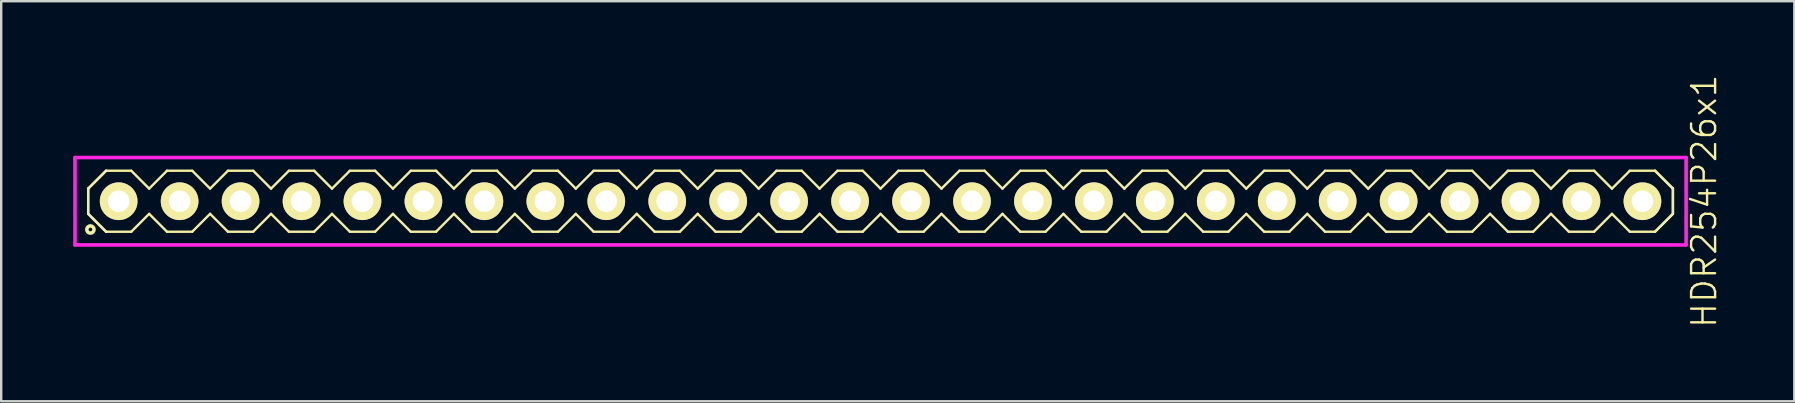
<source format=kicad_pcb>
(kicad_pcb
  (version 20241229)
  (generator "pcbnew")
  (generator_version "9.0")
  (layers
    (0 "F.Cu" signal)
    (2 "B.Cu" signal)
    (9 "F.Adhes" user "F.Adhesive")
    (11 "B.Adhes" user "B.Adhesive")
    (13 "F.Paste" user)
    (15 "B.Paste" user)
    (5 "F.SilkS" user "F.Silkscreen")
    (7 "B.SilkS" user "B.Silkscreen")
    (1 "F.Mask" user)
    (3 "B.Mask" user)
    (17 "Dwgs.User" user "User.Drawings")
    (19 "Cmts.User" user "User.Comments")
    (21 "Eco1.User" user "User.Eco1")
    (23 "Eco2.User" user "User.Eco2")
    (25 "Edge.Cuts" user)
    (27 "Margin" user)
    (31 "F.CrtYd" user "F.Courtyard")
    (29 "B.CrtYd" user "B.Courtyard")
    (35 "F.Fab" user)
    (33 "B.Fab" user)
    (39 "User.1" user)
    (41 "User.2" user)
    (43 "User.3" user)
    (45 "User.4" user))
  (footprint "HDR254P26x1"
    (layer "F.Cu")
    (at 33.645 5.336)
    (property "Reference" "HDR254P26x1" (at 34.32 0 90) (layer "F.SilkS") (effects (font (size 1 1) (thickness 0.1))))
    (attr through_hole)
    (fp_line (start -33.02 -0.526) (end -32.276 -1.27) (stroke (width 0.1) (type solid)) (layer "F.SilkS"))
    (fp_line (start -33.02 -0.526) (end -32.276 -1.27) (stroke (width 0.1) (type solid)) (layer "F.SilkS"))
    (fp_line (start -33.02 0.526) (end -33.02 -0.526) (stroke (width 0.1) (type solid)) (layer "F.SilkS"))
    (fp_line (start -33.02 0.526) (end -33.02 -0.526) (stroke (width 0.1) (type solid)) (layer "F.SilkS"))
    (fp_line (start -32.276 -1.27) (end -31.224 -1.27) (stroke (width 0.1) (type solid)) (layer "F.SilkS"))
    (fp_line (start -32.276 1.27) (end -33.02 0.526) (stroke (width 0.1) (type solid)) (layer "F.SilkS"))
    (fp_line (start -32.276 1.27) (end -33.02 0.526) (stroke (width 0.1) (type solid)) (layer "F.SilkS"))
    (fp_line (start -31.224 -1.27) (end -30.48 -0.526) (stroke (width 0.1) (type solid)) (layer "F.SilkS"))
    (fp_line (start -31.224 1.27) (end -32.276 1.27) (stroke (width 0.1) (type solid)) (layer "F.SilkS"))
    (fp_line (start -30.48 -0.526) (end -29.736 -1.27) (stroke (width 0.1) (type solid)) (layer "F.SilkS"))
    (fp_line (start -30.48 0.526) (end -31.224 1.27) (stroke (width 0.1) (type solid)) (layer "F.SilkS"))
    (fp_line (start -29.736 -1.27) (end -28.684 -1.27) (stroke (width 0.1) (type solid)) (layer "F.SilkS"))
    (fp_line (start -29.736 1.27) (end -30.48 0.526) (stroke (width 0.1) (type solid)) (layer "F.SilkS"))
    (fp_line (start -28.684 -1.27) (end -27.94 -0.526) (stroke (width 0.1) (type solid)) (layer "F.SilkS"))
    (fp_line (start -28.684 1.27) (end -29.736 1.27) (stroke (width 0.1) (type solid)) (layer "F.SilkS"))
    (fp_line (start -27.94 -0.526) (end -27.196 -1.27) (stroke (width 0.1) (type solid)) (layer "F.SilkS"))
    (fp_line (start -27.94 0.526) (end -28.684 1.27) (stroke (width 0.1) (type solid)) (layer "F.SilkS"))
    (fp_line (start -27.196 -1.27) (end -26.144 -1.27) (stroke (width 0.1) (type solid)) (layer "F.SilkS"))
    (fp_line (start -27.196 1.27) (end -27.94 0.526) (stroke (width 0.1) (type solid)) (layer "F.SilkS"))
    (fp_line (start -26.144 -1.27) (end -25.4 -0.526) (stroke (width 0.1) (type solid)) (layer "F.SilkS"))
    (fp_line (start -26.144 1.27) (end -27.196 1.27) (stroke (width 0.1) (type solid)) (layer "F.SilkS"))
    (fp_line (start -25.4 -0.526) (end -24.656 -1.27) (stroke (width 0.1) (type solid)) (layer "F.SilkS"))
    (fp_line (start -25.4 0.526) (end -26.144 1.27) (stroke (width 0.1) (type solid)) (layer "F.SilkS"))
    (fp_line (start -24.656 -1.27) (end -23.604 -1.27) (stroke (width 0.1) (type solid)) (layer "F.SilkS"))
    (fp_line (start -24.656 1.27) (end -25.4 0.526) (stroke (width 0.1) (type solid)) (layer "F.SilkS"))
    (fp_line (start -23.604 -1.27) (end -22.86 -0.526) (stroke (width 0.1) (type solid)) (layer "F.SilkS"))
    (fp_line (start -23.604 1.27) (end -24.656 1.27) (stroke (width 0.1) (type solid)) (layer "F.SilkS"))
    (fp_line (start -22.86 -0.526) (end -22.116 -1.27) (stroke (width 0.1) (type solid)) (layer "F.SilkS"))
    (fp_line (start -22.86 0.526) (end -23.604 1.27) (stroke (width 0.1) (type solid)) (layer "F.SilkS"))
    (fp_line (start -22.116 -1.27) (end -21.064 -1.27) (stroke (width 0.1) (type solid)) (layer "F.SilkS"))
    (fp_line (start -22.116 1.27) (end -22.86 0.526) (stroke (width 0.1) (type solid)) (layer "F.SilkS"))
    (fp_line (start -21.064 -1.27) (end -20.32 -0.526) (stroke (width 0.1) (type solid)) (layer "F.SilkS"))
    (fp_line (start -21.064 1.27) (end -22.116 1.27) (stroke (width 0.1) (type solid)) (layer "F.SilkS"))
    (fp_line (start -20.32 -0.526) (end -19.576 -1.27) (stroke (width 0.1) (type solid)) (layer "F.SilkS"))
    (fp_line (start -20.32 0.526) (end -21.064 1.27) (stroke (width 0.1) (type solid)) (layer "F.SilkS"))
    (fp_line (start -19.576 -1.27) (end -18.524 -1.27) (stroke (width 0.1) (type solid)) (layer "F.SilkS"))
    (fp_line (start -19.576 1.27) (end -20.32 0.526) (stroke (width 0.1) (type solid)) (layer "F.SilkS"))
    (fp_line (start -18.524 -1.27) (end -17.78 -0.526) (stroke (width 0.1) (type solid)) (layer "F.SilkS"))
    (fp_line (start -18.524 1.27) (end -19.576 1.27) (stroke (width 0.1) (type solid)) (layer "F.SilkS"))
    (fp_line (start -17.78 -0.526) (end -17.036 -1.27) (stroke (width 0.1) (type solid)) (layer "F.SilkS"))
    (fp_line (start -17.78 0.526) (end -18.524 1.27) (stroke (width 0.1) (type solid)) (layer "F.SilkS"))
    (fp_line (start -17.036 -1.27) (end -15.984 -1.27) (stroke (width 0.1) (type solid)) (layer "F.SilkS"))
    (fp_line (start -17.036 1.27) (end -17.78 0.526) (stroke (width 0.1) (type solid)) (layer "F.SilkS"))
    (fp_line (start -15.984 -1.27) (end -15.24 -0.526) (stroke (width 0.1) (type solid)) (layer "F.SilkS"))
    (fp_line (start -15.984 1.27) (end -17.036 1.27) (stroke (width 0.1) (type solid)) (layer "F.SilkS"))
    (fp_line (start -15.24 -0.526) (end -14.496 -1.27) (stroke (width 0.1) (type solid)) (layer "F.SilkS"))
    (fp_line (start -15.24 0.526) (end -15.984 1.27) (stroke (width 0.1) (type solid)) (layer "F.SilkS"))
    (fp_line (start -14.496 -1.27) (end -13.444 -1.27) (stroke (width 0.1) (type solid)) (layer "F.SilkS"))
    (fp_line (start -14.496 1.27) (end -15.24 0.526) (stroke (width 0.1) (type solid)) (layer "F.SilkS"))
    (fp_line (start -13.444 -1.27) (end -12.7 -0.526) (stroke (width 0.1) (type solid)) (layer "F.SilkS"))
    (fp_line (start -13.444 1.27) (end -14.496 1.27) (stroke (width 0.1) (type solid)) (layer "F.SilkS"))
    (fp_line (start -12.7 -0.526) (end -11.956 -1.27) (stroke (width 0.1) (type solid)) (layer "F.SilkS"))
    (fp_line (start -12.7 0.526) (end -13.444 1.27) (stroke (width 0.1) (type solid)) (layer "F.SilkS"))
    (fp_line (start -11.956 -1.27) (end -10.904 -1.27) (stroke (width 0.1) (type solid)) (layer "F.SilkS"))
    (fp_line (start -11.956 1.27) (end -12.7 0.526) (stroke (width 0.1) (type solid)) (layer "F.SilkS"))
    (fp_line (start -10.904 -1.27) (end -10.16 -0.526) (stroke (width 0.1) (type solid)) (layer "F.SilkS"))
    (fp_line (start -10.904 1.27) (end -11.956 1.27) (stroke (width 0.1) (type solid)) (layer "F.SilkS"))
    (fp_line (start -10.16 -0.526) (end -9.416 -1.27) (stroke (width 0.1) (type solid)) (layer "F.SilkS"))
    (fp_line (start -10.16 0.526) (end -10.904 1.27) (stroke (width 0.1) (type solid)) (layer "F.SilkS"))
    (fp_line (start -9.416 -1.27) (end -8.364 -1.27) (stroke (width 0.1) (type solid)) (layer "F.SilkS"))
    (fp_line (start -9.416 1.27) (end -10.16 0.526) (stroke (width 0.1) (type solid)) (layer "F.SilkS"))
    (fp_line (start -8.364 -1.27) (end -7.62 -0.526) (stroke (width 0.1) (type solid)) (layer "F.SilkS"))
    (fp_line (start -8.364 1.27) (end -9.416 1.27) (stroke (width 0.1) (type solid)) (layer "F.SilkS"))
    (fp_line (start -7.62 -0.526) (end -6.876 -1.27) (stroke (width 0.1) (type solid)) (layer "F.SilkS"))
    (fp_line (start -7.62 0.526) (end -8.364 1.27) (stroke (width 0.1) (type solid)) (layer "F.SilkS"))
    (fp_line (start -6.876 -1.27) (end -5.824 -1.27) (stroke (width 0.1) (type solid)) (layer "F.SilkS"))
    (fp_line (start -6.876 1.27) (end -7.62 0.526) (stroke (width 0.1) (type solid)) (layer "F.SilkS"))
    (fp_line (start -5.824 -1.27) (end -5.08 -0.526) (stroke (width 0.1) (type solid)) (layer "F.SilkS"))
    (fp_line (start -5.824 1.27) (end -6.876 1.27) (stroke (width 0.1) (type solid)) (layer "F.SilkS"))
    (fp_line (start -5.08 -0.526) (end -4.336 -1.27) (stroke (width 0.1) (type solid)) (layer "F.SilkS"))
    (fp_line (start -5.08 0.526) (end -5.824 1.27) (stroke (width 0.1) (type solid)) (layer "F.SilkS"))
    (fp_line (start -4.336 -1.27) (end -3.284 -1.27) (stroke (width 0.1) (type solid)) (layer "F.SilkS"))
    (fp_line (start -4.336 1.27) (end -5.08 0.526) (stroke (width 0.1) (type solid)) (layer "F.SilkS"))
    (fp_line (start -3.284 -1.27) (end -2.54 -0.526) (stroke (width 0.1) (type solid)) (layer "F.SilkS"))
    (fp_line (start -3.284 1.27) (end -4.336 1.27) (stroke (width 0.1) (type solid)) (layer "F.SilkS"))
    (fp_line (start -2.54 -0.526) (end -1.796 -1.27) (stroke (width 0.1) (type solid)) (layer "F.SilkS"))
    (fp_line (start -2.54 0.526) (end -3.284 1.27) (stroke (width 0.1) (type solid)) (layer "F.SilkS"))
    (fp_line (start -1.796 -1.27) (end -0.744 -1.27) (stroke (width 0.1) (type solid)) (layer "F.SilkS"))
    (fp_line (start -1.796 1.27) (end -2.54 0.526) (stroke (width 0.1) (type solid)) (layer "F.SilkS"))
    (fp_line (start -0.744 -1.27) (end 0 -0.526) (stroke (width 0.1) (type solid)) (layer "F.SilkS"))
    (fp_line (start -0.744 1.27) (end -1.796 1.27) (stroke (width 0.1) (type solid)) (layer "F.SilkS"))
    (fp_line (start 0 -0.526) (end 0.744 -1.27) (stroke (width 0.1) (type solid)) (layer "F.SilkS"))
    (fp_line (start 0 0.526) (end -0.744 1.27) (stroke (width 0.1) (type solid)) (layer "F.SilkS"))
    (fp_line (start 0.744 -1.27) (end 1.796 -1.27) (stroke (width 0.1) (type solid)) (layer "F.SilkS"))
    (fp_line (start 0.744 1.27) (end 0 0.526) (stroke (width 0.1) (type solid)) (layer "F.SilkS"))
    (fp_line (start 1.796 -1.27) (end 2.54 -0.526) (stroke (width 0.1) (type solid)) (layer "F.SilkS"))
    (fp_line (start 1.796 1.27) (end 0.744 1.27) (stroke (width 0.1) (type solid)) (layer "F.SilkS"))
    (fp_line (start 2.54 -0.526) (end 3.284 -1.27) (stroke (width 0.1) (type solid)) (layer "F.SilkS"))
    (fp_line (start 2.54 0.526) (end 1.796 1.27) (stroke (width 0.1) (type solid)) (layer "F.SilkS"))
    (fp_line (start 3.284 -1.27) (end 4.336 -1.27) (stroke (width 0.1) (type solid)) (layer "F.SilkS"))
    (fp_line (start 3.284 1.27) (end 2.54 0.526) (stroke (width 0.1) (type solid)) (layer "F.SilkS"))
    (fp_line (start 4.336 -1.27) (end 5.08 -0.526) (stroke (width 0.1) (type solid)) (layer "F.SilkS"))
    (fp_line (start 4.336 1.27) (end 3.284 1.27) (stroke (width 0.1) (type solid)) (layer "F.SilkS"))
    (fp_line (start 5.08 -0.526) (end 5.824 -1.27) (stroke (width 0.1) (type solid)) (layer "F.SilkS"))
    (fp_line (start 5.08 0.526) (end 4.336 1.27) (stroke (width 0.1) (type solid)) (layer "F.SilkS"))
    (fp_line (start 5.824 -1.27) (end 6.876 -1.27) (stroke (width 0.1) (type solid)) (layer "F.SilkS"))
    (fp_line (start 5.824 1.27) (end 5.08 0.526) (stroke (width 0.1) (type solid)) (layer "F.SilkS"))
    (fp_line (start 6.876 -1.27) (end 7.62 -0.526) (stroke (width 0.1) (type solid)) (layer "F.SilkS"))
    (fp_line (start 6.876 1.27) (end 5.824 1.27) (stroke (width 0.1) (type solid)) (layer "F.SilkS"))
    (fp_line (start 7.62 -0.526) (end 8.364 -1.27) (stroke (width 0.1) (type solid)) (layer "F.SilkS"))
    (fp_line (start 7.62 0.526) (end 6.876 1.27) (stroke (width 0.1) (type solid)) (layer "F.SilkS"))
    (fp_line (start 8.364 -1.27) (end 9.416 -1.27) (stroke (width 0.1) (type solid)) (layer "F.SilkS"))
    (fp_line (start 8.364 1.27) (end 7.62 0.526) (stroke (width 0.1) (type solid)) (layer "F.SilkS"))
    (fp_line (start 9.416 -1.27) (end 10.16 -0.526) (stroke (width 0.1) (type solid)) (layer "F.SilkS"))
    (fp_line (start 9.416 1.27) (end 8.364 1.27) (stroke (width 0.1) (type solid)) (layer "F.SilkS"))
    (fp_line (start 10.16 -0.526) (end 10.904 -1.27) (stroke (width 0.1) (type solid)) (layer "F.SilkS"))
    (fp_line (start 10.16 0.526) (end 9.416 1.27) (stroke (width 0.1) (type solid)) (layer "F.SilkS"))
    (fp_line (start 10.904 -1.27) (end 11.956 -1.27) (stroke (width 0.1) (type solid)) (layer "F.SilkS"))
    (fp_line (start 10.904 1.27) (end 10.16 0.526) (stroke (width 0.1) (type solid)) (layer "F.SilkS"))
    (fp_line (start 11.956 -1.27) (end 12.7 -0.526) (stroke (width 0.1) (type solid)) (layer "F.SilkS"))
    (fp_line (start 11.956 1.27) (end 10.904 1.27) (stroke (width 0.1) (type solid)) (layer "F.SilkS"))
    (fp_line (start 12.7 -0.526) (end 13.444 -1.27) (stroke (width 0.1) (type solid)) (layer "F.SilkS"))
    (fp_line (start 12.7 0.526) (end 11.956 1.27) (stroke (width 0.1) (type solid)) (layer "F.SilkS"))
    (fp_line (start 13.444 -1.27) (end 14.496 -1.27) (stroke (width 0.1) (type solid)) (layer "F.SilkS"))
    (fp_line (start 13.444 1.27) (end 12.7 0.526) (stroke (width 0.1) (type solid)) (layer "F.SilkS"))
    (fp_line (start 14.496 -1.27) (end 15.24 -0.526) (stroke (width 0.1) (type solid)) (layer "F.SilkS"))
    (fp_line (start 14.496 1.27) (end 13.444 1.27) (stroke (width 0.1) (type solid)) (layer "F.SilkS"))
    (fp_line (start 15.24 -0.526) (end 15.984 -1.27) (stroke (width 0.1) (type solid)) (layer "F.SilkS"))
    (fp_line (start 15.24 0.526) (end 14.496 1.27) (stroke (width 0.1) (type solid)) (layer "F.SilkS"))
    (fp_line (start 15.984 -1.27) (end 17.036 -1.27) (stroke (width 0.1) (type solid)) (layer "F.SilkS"))
    (fp_line (start 15.984 1.27) (end 15.24 0.526) (stroke (width 0.1) (type solid)) (layer "F.SilkS"))
    (fp_line (start 17.036 -1.27) (end 17.78 -0.526) (stroke (width 0.1) (type solid)) (layer "F.SilkS"))
    (fp_line (start 17.036 1.27) (end 15.984 1.27) (stroke (width 0.1) (type solid)) (layer "F.SilkS"))
    (fp_line (start 17.78 -0.526) (end 18.524 -1.27) (stroke (width 0.1) (type solid)) (layer "F.SilkS"))
    (fp_line (start 17.78 0.526) (end 17.036 1.27) (stroke (width 0.1) (type solid)) (layer "F.SilkS"))
    (fp_line (start 18.524 -1.27) (end 19.576 -1.27) (stroke (width 0.1) (type solid)) (layer "F.SilkS"))
    (fp_line (start 18.524 1.27) (end 17.78 0.526) (stroke (width 0.1) (type solid)) (layer "F.SilkS"))
    (fp_line (start 19.576 -1.27) (end 20.32 -0.526) (stroke (width 0.1) (type solid)) (layer "F.SilkS"))
    (fp_line (start 19.576 1.27) (end 18.524 1.27) (stroke (width 0.1) (type solid)) (layer "F.SilkS"))
    (fp_line (start 20.32 -0.526) (end 21.064 -1.27) (stroke (width 0.1) (type solid)) (layer "F.SilkS"))
    (fp_line (start 20.32 0.526) (end 19.576 1.27) (stroke (width 0.1) (type solid)) (layer "F.SilkS"))
    (fp_line (start 21.064 -1.27) (end 22.116 -1.27) (stroke (width 0.1) (type solid)) (layer "F.SilkS"))
    (fp_line (start 21.064 1.27) (end 20.32 0.526) (stroke (width 0.1) (type solid)) (layer "F.SilkS"))
    (fp_line (start 22.116 -1.27) (end 22.86 -0.526) (stroke (width 0.1) (type solid)) (layer "F.SilkS"))
    (fp_line (start 22.116 1.27) (end 21.064 1.27) (stroke (width 0.1) (type solid)) (layer "F.SilkS"))
    (fp_line (start 22.86 -0.526) (end 23.604 -1.27) (stroke (width 0.1) (type solid)) (layer "F.SilkS"))
    (fp_line (start 22.86 0.526) (end 22.116 1.27) (stroke (width 0.1) (type solid)) (layer "F.SilkS"))
    (fp_line (start 23.604 -1.27) (end 24.656 -1.27) (stroke (width 0.1) (type solid)) (layer "F.SilkS"))
    (fp_line (start 23.604 1.27) (end 22.86 0.526) (stroke (width 0.1) (type solid)) (layer "F.SilkS"))
    (fp_line (start 24.656 -1.27) (end 25.4 -0.526) (stroke (width 0.1) (type solid)) (layer "F.SilkS"))
    (fp_line (start 24.656 1.27) (end 23.604 1.27) (stroke (width 0.1) (type solid)) (layer "F.SilkS"))
    (fp_line (start 25.4 -0.526) (end 26.144 -1.27) (stroke (width 0.1) (type solid)) (layer "F.SilkS"))
    (fp_line (start 25.4 0.526) (end 24.656 1.27) (stroke (width 0.1) (type solid)) (layer "F.SilkS"))
    (fp_line (start 26.144 -1.27) (end 27.196 -1.27) (stroke (width 0.1) (type solid)) (layer "F.SilkS"))
    (fp_line (start 26.144 1.27) (end 25.4 0.526) (stroke (width 0.1) (type solid)) (layer "F.SilkS"))
    (fp_line (start 27.196 -1.27) (end 27.94 -0.526) (stroke (width 0.1) (type solid)) (layer "F.SilkS"))
    (fp_line (start 27.196 1.27) (end 26.144 1.27) (stroke (width 0.1) (type solid)) (layer "F.SilkS"))
    (fp_line (start 27.94 -0.526) (end 28.684 -1.27) (stroke (width 0.1) (type solid)) (layer "F.SilkS"))
    (fp_line (start 27.94 0.526) (end 27.196 1.27) (stroke (width 0.1) (type solid)) (layer "F.SilkS"))
    (fp_line (start 28.684 -1.27) (end 29.736 -1.27) (stroke (width 0.1) (type solid)) (layer "F.SilkS"))
    (fp_line (start 28.684 1.27) (end 27.94 0.526) (stroke (width 0.1) (type solid)) (layer "F.SilkS"))
    (fp_line (start 29.736 -1.27) (end 30.48 -0.526) (stroke (width 0.1) (type solid)) (layer "F.SilkS"))
    (fp_line (start 29.736 1.27) (end 28.684 1.27) (stroke (width 0.1) (type solid)) (layer "F.SilkS"))
    (fp_line (start 30.48 -0.526) (end 31.224 -1.27) (stroke (width 0.1) (type solid)) (layer "F.SilkS"))
    (fp_line (start 30.48 0.526) (end 29.736 1.27) (stroke (width 0.1) (type solid)) (layer "F.SilkS"))
    (fp_line (start 31.224 -1.27) (end 32.276 -1.27) (stroke (width 0.1) (type solid)) (layer "F.SilkS"))
    (fp_line (start 31.224 1.27) (end 30.48 0.526) (stroke (width 0.1) (type solid)) (layer "F.SilkS"))
    (fp_line (start 32.276 -1.27) (end 33.02 -0.526) (stroke (width 0.1) (type solid)) (layer "F.SilkS"))
    (fp_line (start 32.276 -1.27) (end 33.02 -0.526) (stroke (width 0.1) (type solid)) (layer "F.SilkS"))
    (fp_line (start 32.276 1.27) (end 31.224 1.27) (stroke (width 0.1) (type solid)) (layer "F.SilkS"))
    (fp_line (start 33.02 -0.526) (end 33.02 0.526) (stroke (width 0.1) (type solid)) (layer "F.SilkS"))
    (fp_line (start 33.02 -0.526) (end 33.02 0.526) (stroke (width 0.1) (type solid)) (layer "F.SilkS"))
    (fp_line (start 33.02 0.526) (end 32.276 1.27) (stroke (width 0.1) (type solid)) (layer "F.SilkS"))
    (fp_line (start 33.02 0.526) (end 32.276 1.27) (stroke (width 0.1) (type solid)) (layer "F.SilkS"))
    (fp_circle (center -32.927 1.178) (end -32.777 1.178) (stroke (width 0.15) (type solid)) (fill no) (layer "F.SilkS"))
    (fp_line (start -33.57 -1.82) (end -33.57 1.82) (stroke (width 0.15) (type solid)) (layer "F.CrtYd"))
    (fp_line (start -33.57 1.82) (end 33.57 1.82) (stroke (width 0.15) (type solid)) (layer "F.CrtYd"))
    (fp_line (start 33.57 -1.82) (end -33.57 -1.82) (stroke (width 0.15) (type solid)) (layer "F.CrtYd"))
    (fp_line (start 33.57 1.82) (end 33.57 -1.82) (stroke (width 0.15) (type solid)) (layer "F.CrtYd"))
    (pad "1" thru_hole oval (at -31.75 0) (size 1.57 1.57) (drill 0.9) (layers "*.Cu" "*.Mask" "F.SilkS"))
    (pad "2" thru_hole oval (at -29.21 0) (size 1.57 1.57) (drill 0.9) (layers "*.Cu" "*.Mask" "F.SilkS"))
    (pad "3" thru_hole oval (at -26.67 0) (size 1.57 1.57) (drill 0.9) (layers "*.Cu" "*.Mask" "F.SilkS"))
    (pad "4" thru_hole oval (at -24.13 0) (size 1.57 1.57) (drill 0.9) (layers "*.Cu" "*.Mask" "F.SilkS"))
    (pad "5" thru_hole oval (at -21.59 0) (size 1.57 1.57) (drill 0.9) (layers "*.Cu" "*.Mask" "F.SilkS"))
    (pad "6" thru_hole oval (at -19.05 0) (size 1.57 1.57) (drill 0.9) (layers "*.Cu" "*.Mask" "F.SilkS"))
    (pad "7" thru_hole oval (at -16.51 0) (size 1.57 1.57) (drill 0.9) (layers "*.Cu" "*.Mask" "F.SilkS"))
    (pad "8" thru_hole oval (at -13.97 0) (size 1.57 1.57) (drill 0.9) (layers "*.Cu" "*.Mask" "F.SilkS"))
    (pad "9" thru_hole oval (at -11.43 0) (size 1.57 1.57) (drill 0.9) (layers "*.Cu" "*.Mask" "F.SilkS"))
    (pad "10" thru_hole oval (at -8.89 0) (size 1.57 1.57) (drill 0.9) (layers "*.Cu" "*.Mask" "F.SilkS"))
    (pad "11" thru_hole oval (at -6.35 0) (size 1.57 1.57) (drill 0.9) (layers "*.Cu" "*.Mask" "F.SilkS"))
    (pad "12" thru_hole oval (at -3.81 0) (size 1.57 1.57) (drill 0.9) (layers "*.Cu" "*.Mask" "F.SilkS"))
    (pad "13" thru_hole oval (at -1.27 0) (size 1.57 1.57) (drill 0.9) (layers "*.Cu" "*.Mask" "F.SilkS"))
    (pad "14" thru_hole oval (at 1.27 0) (size 1.57 1.57) (drill 0.9) (layers "*.Cu" "*.Mask" "F.SilkS"))
    (pad "15" thru_hole oval (at 3.81 0) (size 1.57 1.57) (drill 0.9) (layers "*.Cu" "*.Mask" "F.SilkS"))
    (pad "16" thru_hole oval (at 6.35 0) (size 1.57 1.57) (drill 0.9) (layers "*.Cu" "*.Mask" "F.SilkS"))
    (pad "17" thru_hole oval (at 8.89 0) (size 1.57 1.57) (drill 0.9) (layers "*.Cu" "*.Mask" "F.SilkS"))
    (pad "18" thru_hole oval (at 11.43 0) (size 1.57 1.57) (drill 0.9) (layers "*.Cu" "*.Mask" "F.SilkS"))
    (pad "19" thru_hole oval (at 13.97 0) (size 1.57 1.57) (drill 0.9) (layers "*.Cu" "*.Mask" "F.SilkS"))
    (pad "20" thru_hole oval (at 16.51 0) (size 1.57 1.57) (drill 0.9) (layers "*.Cu" "*.Mask" "F.SilkS"))
    (pad "21" thru_hole oval (at 19.05 0) (size 1.57 1.57) (drill 0.9) (layers "*.Cu" "*.Mask" "F.SilkS"))
    (pad "22" thru_hole oval (at 21.59 0) (size 1.57 1.57) (drill 0.9) (layers "*.Cu" "*.Mask" "F.SilkS"))
    (pad "23" thru_hole oval (at 24.13 0) (size 1.57 1.57) (drill 0.9) (layers "*.Cu" "*.Mask" "F.SilkS"))
    (pad "24" thru_hole oval (at 26.67 0) (size 1.57 1.57) (drill 0.9) (layers "*.Cu" "*.Mask" "F.SilkS"))
    (pad "25" thru_hole oval (at 29.21 0) (size 1.57 1.57) (drill 0.9) (layers "*.Cu" "*.Mask" "F.SilkS"))
    (pad "26" thru_hole oval (at 31.75 0) (size 1.57 1.57) (drill 0.9) (layers "*.Cu" "*.Mask" "F.SilkS")))
  (gr_rect
    (start -3 -3)
    (end 71.725 13.671)
    (stroke (width 0.1) (type default))
    (fill no)
    (layer "Edge.Cuts")))
</source>
